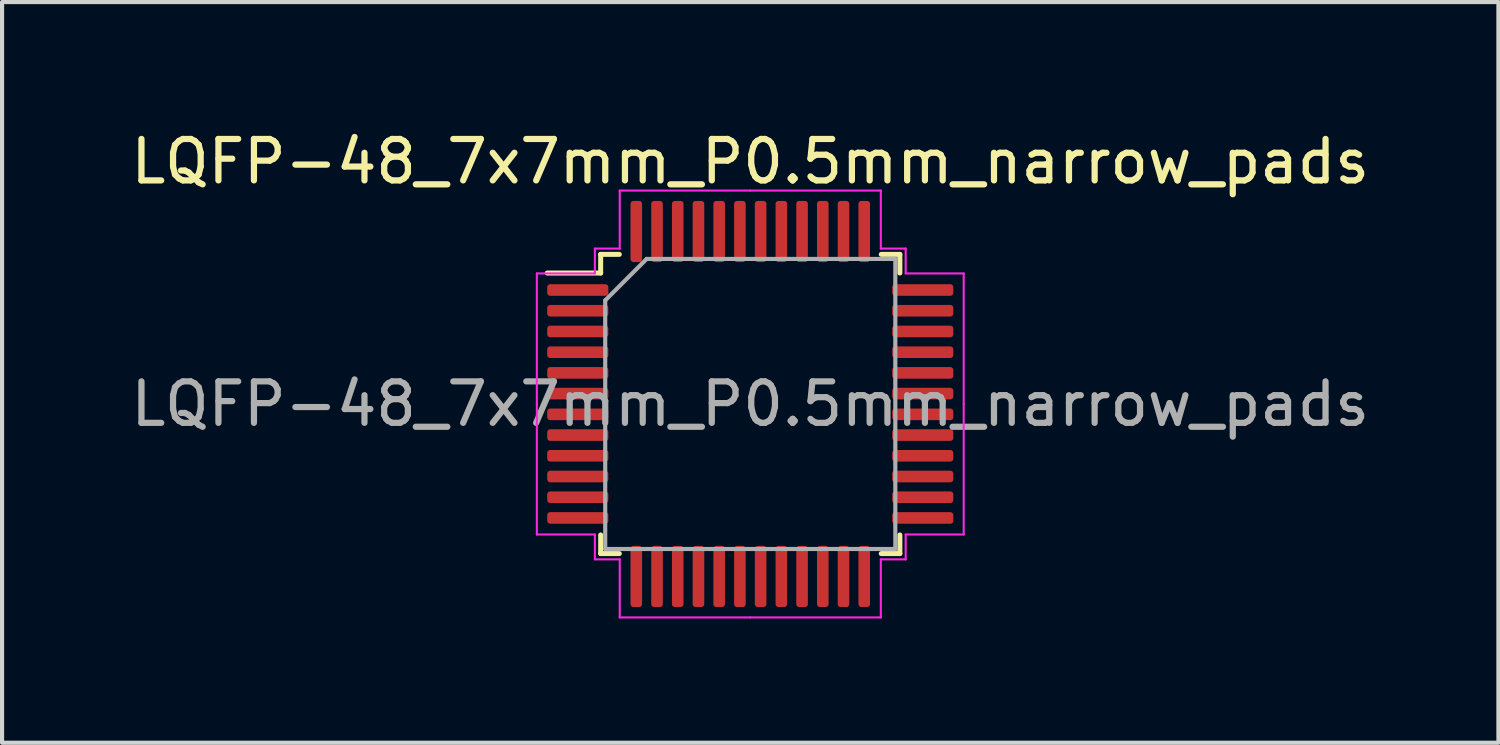
<source format=kicad_pcb>
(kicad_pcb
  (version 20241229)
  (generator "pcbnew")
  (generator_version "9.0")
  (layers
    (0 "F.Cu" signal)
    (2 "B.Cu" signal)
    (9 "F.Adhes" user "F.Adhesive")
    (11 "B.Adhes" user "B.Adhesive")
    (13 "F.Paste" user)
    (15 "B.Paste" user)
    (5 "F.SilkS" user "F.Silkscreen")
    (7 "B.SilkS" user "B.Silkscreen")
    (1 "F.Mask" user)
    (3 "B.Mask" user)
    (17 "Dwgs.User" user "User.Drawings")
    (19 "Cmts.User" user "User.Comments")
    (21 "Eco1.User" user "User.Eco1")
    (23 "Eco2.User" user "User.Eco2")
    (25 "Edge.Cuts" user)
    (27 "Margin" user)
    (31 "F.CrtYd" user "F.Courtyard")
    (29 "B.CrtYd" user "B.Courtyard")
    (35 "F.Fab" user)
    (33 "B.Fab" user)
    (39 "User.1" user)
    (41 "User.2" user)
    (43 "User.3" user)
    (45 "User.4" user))
  (footprint "LQFP-48_7x7mm_P0.5mm_narrow_pads"
    (layer "F.Cu")
    (at 15.054 6.698)
    (property "Reference" "LQFP-48_7x7mm_P0.5mm_narrow_pads" (at 0 -5.85 0) (layer "F.SilkS") (effects (font (size 1 1) (thickness 0.15))))
    (attr smd)
    (fp_line (start -3.61 -3.61) (end -3.61 -3.16) (stroke (width 0.12) (type solid)) (layer "F.SilkS"))
    (fp_line (start -3.61 -3.16) (end -4.9 -3.16) (stroke (width 0.12) (type solid)) (layer "F.SilkS"))
    (fp_line (start -3.61 3.61) (end -3.61 3.16) (stroke (width 0.12) (type solid)) (layer "F.SilkS"))
    (fp_line (start -3.16 -3.61) (end -3.61 -3.61) (stroke (width 0.12) (type solid)) (layer "F.SilkS"))
    (fp_line (start -3.16 3.61) (end -3.61 3.61) (stroke (width 0.12) (type solid)) (layer "F.SilkS"))
    (fp_line (start 3.16 -3.61) (end 3.61 -3.61) (stroke (width 0.12) (type solid)) (layer "F.SilkS"))
    (fp_line (start 3.16 3.61) (end 3.61 3.61) (stroke (width 0.12) (type solid)) (layer "F.SilkS"))
    (fp_line (start 3.61 -3.61) (end 3.61 -3.16) (stroke (width 0.12) (type solid)) (layer "F.SilkS"))
    (fp_line (start 3.61 3.61) (end 3.61 3.16) (stroke (width 0.12) (type solid)) (layer "F.SilkS"))
    (fp_line (start -5.15 -3.15) (end -5.15 0) (stroke (width 0.05) (type solid)) (layer "F.CrtYd"))
    (fp_line (start -5.15 3.15) (end -5.15 0) (stroke (width 0.05) (type solid)) (layer "F.CrtYd"))
    (fp_line (start -3.75 -3.75) (end -3.75 -3.15) (stroke (width 0.05) (type solid)) (layer "F.CrtYd"))
    (fp_line (start -3.75 -3.15) (end -5.15 -3.15) (stroke (width 0.05) (type solid)) (layer "F.CrtYd"))
    (fp_line (start -3.75 3.15) (end -5.15 3.15) (stroke (width 0.05) (type solid)) (layer "F.CrtYd"))
    (fp_line (start -3.75 3.75) (end -3.75 3.15) (stroke (width 0.05) (type solid)) (layer "F.CrtYd"))
    (fp_line (start -3.15 -5.15) (end -3.15 -3.75) (stroke (width 0.05) (type solid)) (layer "F.CrtYd"))
    (fp_line (start -3.15 -3.75) (end -3.75 -3.75) (stroke (width 0.05) (type solid)) (layer "F.CrtYd"))
    (fp_line (start -3.15 3.75) (end -3.75 3.75) (stroke (width 0.05) (type solid)) (layer "F.CrtYd"))
    (fp_line (start -3.15 5.15) (end -3.15 3.75) (stroke (width 0.05) (type solid)) (layer "F.CrtYd"))
    (fp_line (start 0 -5.15) (end -3.15 -5.15) (stroke (width 0.05) (type solid)) (layer "F.CrtYd"))
    (fp_line (start 0 -5.15) (end 3.15 -5.15) (stroke (width 0.05) (type solid)) (layer "F.CrtYd"))
    (fp_line (start 0 5.15) (end -3.15 5.15) (stroke (width 0.05) (type solid)) (layer "F.CrtYd"))
    (fp_line (start 0 5.15) (end 3.15 5.15) (stroke (width 0.05) (type solid)) (layer "F.CrtYd"))
    (fp_line (start 3.15 -5.15) (end 3.15 -3.75) (stroke (width 0.05) (type solid)) (layer "F.CrtYd"))
    (fp_line (start 3.15 -3.75) (end 3.75 -3.75) (stroke (width 0.05) (type solid)) (layer "F.CrtYd"))
    (fp_line (start 3.15 3.75) (end 3.75 3.75) (stroke (width 0.05) (type solid)) (layer "F.CrtYd"))
    (fp_line (start 3.15 5.15) (end 3.15 3.75) (stroke (width 0.05) (type solid)) (layer "F.CrtYd"))
    (fp_line (start 3.75 -3.75) (end 3.75 -3.15) (stroke (width 0.05) (type solid)) (layer "F.CrtYd"))
    (fp_line (start 3.75 -3.15) (end 5.15 -3.15) (stroke (width 0.05) (type solid)) (layer "F.CrtYd"))
    (fp_line (start 3.75 3.15) (end 5.15 3.15) (stroke (width 0.05) (type solid)) (layer "F.CrtYd"))
    (fp_line (start 3.75 3.75) (end 3.75 3.15) (stroke (width 0.05) (type solid)) (layer "F.CrtYd"))
    (fp_line (start 5.15 -3.15) (end 5.15 0) (stroke (width 0.05) (type solid)) (layer "F.CrtYd"))
    (fp_line (start 5.15 3.15) (end 5.15 0) (stroke (width 0.05) (type solid)) (layer "F.CrtYd"))
    (fp_line (start -3.5 -2.5) (end -2.5 -3.5) (stroke (width 0.1) (type solid)) (layer "F.Fab"))
    (fp_line (start -3.5 3.5) (end -3.5 -2.5) (stroke (width 0.1) (type solid)) (layer "F.Fab"))
    (fp_line (start -2.5 -3.5) (end 3.5 -3.5) (stroke (width 0.1) (type solid)) (layer "F.Fab"))
    (fp_line (start 3.5 -3.5) (end 3.5 3.5) (stroke (width 0.1) (type solid)) (layer "F.Fab"))
    (fp_line (start 3.5 3.5) (end -3.5 3.5) (stroke (width 0.1) (type solid)) (layer "F.Fab"))
    (fp_text user "${REFERENCE}" (at 0 0 0) (layer "F.Fab") (effects (font (size 1 1) (thickness 0.15))))
    (pad "1" smd roundrect (at -4.162 -2.75) (size 1.475 0.28) (layers "F.Cu" "F.Mask" "F.Paste") (roundrect_rratio 0.25))
    (pad "2" smd roundrect (at -4.162 -2.25) (size 1.475 0.28) (layers "F.Cu" "F.Mask" "F.Paste") (roundrect_rratio 0.25))
    (pad "3" smd roundrect (at -4.162 -1.75) (size 1.475 0.28) (layers "F.Cu" "F.Mask" "F.Paste") (roundrect_rratio 0.25))
    (pad "4" smd roundrect (at -4.162 -1.25) (size 1.475 0.28) (layers "F.Cu" "F.Mask" "F.Paste") (roundrect_rratio 0.25))
    (pad "5" smd roundrect (at -4.162 -0.75) (size 1.475 0.28) (layers "F.Cu" "F.Mask" "F.Paste") (roundrect_rratio 0.25))
    (pad "6" smd roundrect (at -4.162 -0.25) (size 1.475 0.28) (layers "F.Cu" "F.Mask" "F.Paste") (roundrect_rratio 0.25))
    (pad "7" smd roundrect (at -4.162 0.25) (size 1.475 0.28) (layers "F.Cu" "F.Mask" "F.Paste") (roundrect_rratio 0.25))
    (pad "8" smd roundrect (at -4.162 0.75) (size 1.475 0.28) (layers "F.Cu" "F.Mask" "F.Paste") (roundrect_rratio 0.25))
    (pad "9" smd roundrect (at -4.162 1.25) (size 1.475 0.28) (layers "F.Cu" "F.Mask" "F.Paste") (roundrect_rratio 0.25))
    (pad "10" smd roundrect (at -4.162 1.75) (size 1.475 0.28) (layers "F.Cu" "F.Mask" "F.Paste") (roundrect_rratio 0.25))
    (pad "11" smd roundrect (at -4.162 2.25) (size 1.475 0.28) (layers "F.Cu" "F.Mask" "F.Paste") (roundrect_rratio 0.25))
    (pad "12" smd roundrect (at -4.162 2.75) (size 1.475 0.28) (layers "F.Cu" "F.Mask" "F.Paste") (roundrect_rratio 0.25))
    (pad "13" smd roundrect (at -2.75 4.162) (size 0.28 1.475) (layers "F.Cu" "F.Mask" "F.Paste") (roundrect_rratio 0.25))
    (pad "14" smd roundrect (at -2.25 4.162) (size 0.28 1.475) (layers "F.Cu" "F.Mask" "F.Paste") (roundrect_rratio 0.25))
    (pad "15" smd roundrect (at -1.75 4.162) (size 0.28 1.475) (layers "F.Cu" "F.Mask" "F.Paste") (roundrect_rratio 0.25))
    (pad "16" smd roundrect (at -1.25 4.162) (size 0.28 1.475) (layers "F.Cu" "F.Mask" "F.Paste") (roundrect_rratio 0.25))
    (pad "17" smd roundrect (at -0.75 4.162) (size 0.28 1.475) (layers "F.Cu" "F.Mask" "F.Paste") (roundrect_rratio 0.25))
    (pad "18" smd roundrect (at -0.25 4.162) (size 0.28 1.475) (layers "F.Cu" "F.Mask" "F.Paste") (roundrect_rratio 0.25))
    (pad "19" smd roundrect (at 0.25 4.162) (size 0.28 1.475) (layers "F.Cu" "F.Mask" "F.Paste") (roundrect_rratio 0.25))
    (pad "20" smd roundrect (at 0.75 4.162) (size 0.28 1.475) (layers "F.Cu" "F.Mask" "F.Paste") (roundrect_rratio 0.25))
    (pad "21" smd roundrect (at 1.25 4.162) (size 0.28 1.475) (layers "F.Cu" "F.Mask" "F.Paste") (roundrect_rratio 0.25))
    (pad "22" smd roundrect (at 1.75 4.162) (size 0.28 1.475) (layers "F.Cu" "F.Mask" "F.Paste") (roundrect_rratio 0.25))
    (pad "23" smd roundrect (at 2.25 4.162) (size 0.28 1.475) (layers "F.Cu" "F.Mask" "F.Paste") (roundrect_rratio 0.25))
    (pad "24" smd roundrect (at 2.75 4.162) (size 0.28 1.475) (layers "F.Cu" "F.Mask" "F.Paste") (roundrect_rratio 0.25))
    (pad "25" smd roundrect (at 4.162 2.75) (size 1.475 0.28) (layers "F.Cu" "F.Mask" "F.Paste") (roundrect_rratio 0.25))
    (pad "26" smd roundrect (at 4.162 2.25) (size 1.475 0.28) (layers "F.Cu" "F.Mask" "F.Paste") (roundrect_rratio 0.25))
    (pad "27" smd roundrect (at 4.162 1.75) (size 1.475 0.28) (layers "F.Cu" "F.Mask" "F.Paste") (roundrect_rratio 0.25))
    (pad "28" smd roundrect (at 4.162 1.25) (size 1.475 0.28) (layers "F.Cu" "F.Mask" "F.Paste") (roundrect_rratio 0.25))
    (pad "29" smd roundrect (at 4.162 0.75) (size 1.475 0.28) (layers "F.Cu" "F.Mask" "F.Paste") (roundrect_rratio 0.25))
    (pad "30" smd roundrect (at 4.162 0.25) (size 1.475 0.28) (layers "F.Cu" "F.Mask" "F.Paste") (roundrect_rratio 0.25))
    (pad "31" smd roundrect (at 4.162 -0.25) (size 1.475 0.28) (layers "F.Cu" "F.Mask" "F.Paste") (roundrect_rratio 0.25))
    (pad "32" smd roundrect (at 4.162 -0.75) (size 1.475 0.28) (layers "F.Cu" "F.Mask" "F.Paste") (roundrect_rratio 0.25))
    (pad "33" smd roundrect (at 4.162 -1.25) (size 1.475 0.28) (layers "F.Cu" "F.Mask" "F.Paste") (roundrect_rratio 0.25))
    (pad "34" smd roundrect (at 4.162 -1.75) (size 1.475 0.28) (layers "F.Cu" "F.Mask" "F.Paste") (roundrect_rratio 0.25))
    (pad "35" smd roundrect (at 4.162 -2.25) (size 1.475 0.28) (layers "F.Cu" "F.Mask" "F.Paste") (roundrect_rratio 0.25))
    (pad "36" smd roundrect (at 4.162 -2.75) (size 1.475 0.28) (layers "F.Cu" "F.Mask" "F.Paste") (roundrect_rratio 0.25))
    (pad "37" smd roundrect (at 2.75 -4.162) (size 0.28 1.475) (layers "F.Cu" "F.Mask" "F.Paste") (roundrect_rratio 0.25))
    (pad "38" smd roundrect (at 2.25 -4.162) (size 0.28 1.475) (layers "F.Cu" "F.Mask" "F.Paste") (roundrect_rratio 0.25))
    (pad "39" smd roundrect (at 1.75 -4.162) (size 0.28 1.475) (layers "F.Cu" "F.Mask" "F.Paste") (roundrect_rratio 0.25))
    (pad "40" smd roundrect (at 1.25 -4.162) (size 0.28 1.475) (layers "F.Cu" "F.Mask" "F.Paste") (roundrect_rratio 0.25))
    (pad "41" smd roundrect (at 0.75 -4.162) (size 0.28 1.475) (layers "F.Cu" "F.Mask" "F.Paste") (roundrect_rratio 0.25))
    (pad "42" smd roundrect (at 0.25 -4.162) (size 0.28 1.475) (layers "F.Cu" "F.Mask" "F.Paste") (roundrect_rratio 0.25))
    (pad "43" smd roundrect (at -0.25 -4.162) (size 0.28 1.475) (layers "F.Cu" "F.Mask" "F.Paste") (roundrect_rratio 0.25))
    (pad "44" smd roundrect (at -0.75 -4.162) (size 0.28 1.475) (layers "F.Cu" "F.Mask" "F.Paste") (roundrect_rratio 0.25))
    (pad "45" smd roundrect (at -1.25 -4.162) (size 0.28 1.475) (layers "F.Cu" "F.Mask" "F.Paste") (roundrect_rratio 0.25))
    (pad "46" smd roundrect (at -1.75 -4.162) (size 0.28 1.475) (layers "F.Cu" "F.Mask" "F.Paste") (roundrect_rratio 0.25))
    (pad "47" smd roundrect (at -2.25 -4.162) (size 0.28 1.475) (layers "F.Cu" "F.Mask" "F.Paste") (roundrect_rratio 0.25))
    (pad "48" smd roundrect (at -2.75 -4.162) (size 0.28 1.475) (layers "F.Cu" "F.Mask" "F.Paste") (roundrect_rratio 0.25)))
  (gr_rect
    (start -3 -3)
    (end 33.107 14.873)
    (stroke (width 0.1) (type default))
    (fill no)
    (layer "Edge.Cuts")))
</source>
